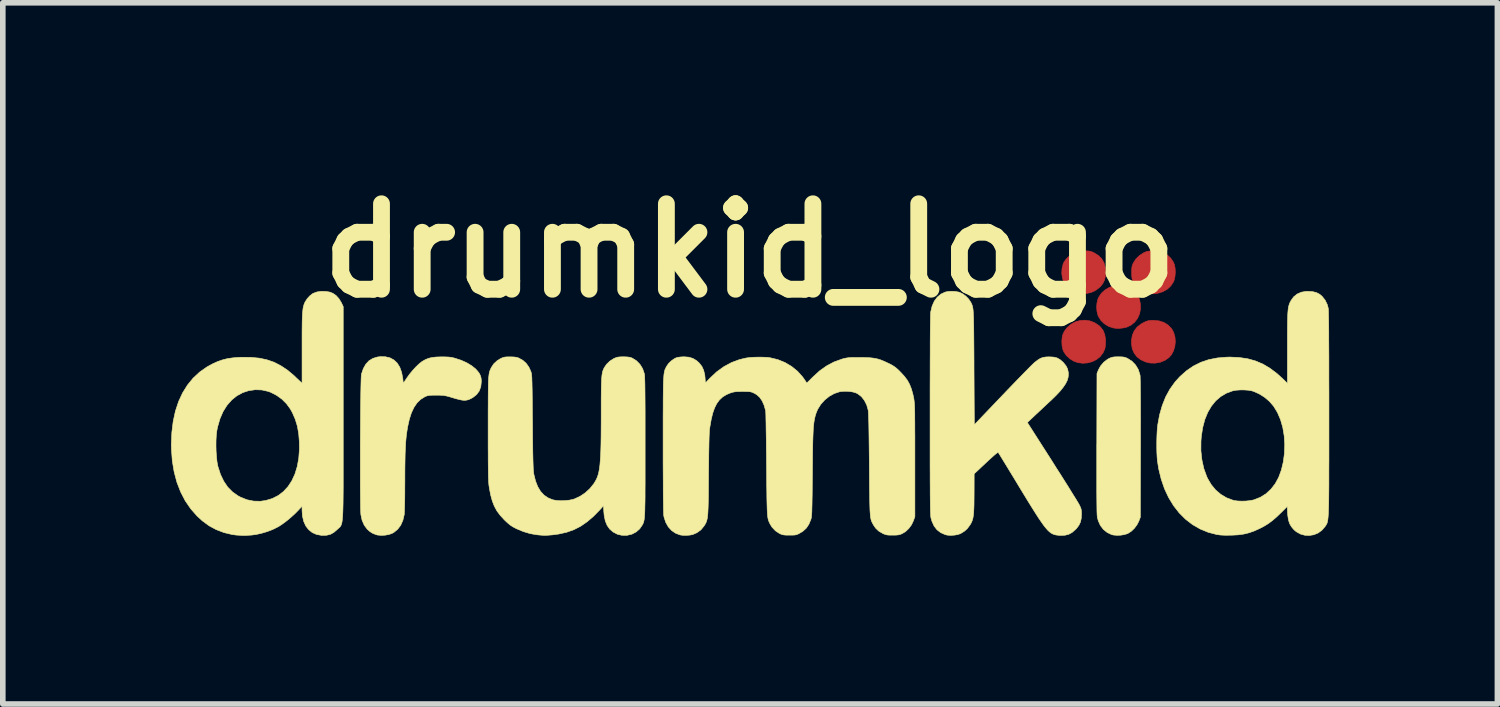
<source format=kicad_pcb>
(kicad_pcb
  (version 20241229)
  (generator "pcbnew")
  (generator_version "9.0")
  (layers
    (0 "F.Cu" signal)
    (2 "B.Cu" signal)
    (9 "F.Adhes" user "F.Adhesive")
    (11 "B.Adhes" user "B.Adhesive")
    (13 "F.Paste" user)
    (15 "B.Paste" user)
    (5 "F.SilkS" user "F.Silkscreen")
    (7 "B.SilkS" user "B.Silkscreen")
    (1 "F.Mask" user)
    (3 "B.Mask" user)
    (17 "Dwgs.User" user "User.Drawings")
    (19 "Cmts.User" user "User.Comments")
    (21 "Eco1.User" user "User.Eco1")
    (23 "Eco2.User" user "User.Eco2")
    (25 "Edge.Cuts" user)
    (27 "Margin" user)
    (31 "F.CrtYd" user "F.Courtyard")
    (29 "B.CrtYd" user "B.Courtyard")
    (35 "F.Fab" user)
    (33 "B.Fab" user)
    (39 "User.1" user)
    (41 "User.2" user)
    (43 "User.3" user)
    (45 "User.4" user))
  (footprint "drumkid_logo"
    (layer "F.Cu")
    (at 10.32 3.958)
    (property "Reference" "drumkid_logo" (at 0 -2.54 0) (layer "F.SilkS") (effects (font (size 1.524 1.524) (thickness 0.3))))
    (attr through_hole)
    (fp_poly (pts (xy 6.67 -1.909) (xy 6.699 -1.901) (xy 6.787 -1.864) (xy 6.858 -1.813) (xy 6.912 -1.749) (xy 6.948 -1.671) (xy 6.965 -1.582) (xy 6.966 -1.499) (xy 6.949 -1.411) (xy 6.914 -1.332) (xy 6.862 -1.264) (xy 6.795 -1.21) (xy 6.725 -1.176) (xy 6.669 -1.162) (xy 6.602 -1.154) (xy 6.536 -1.154) (xy 6.483 -1.16) (xy 6.398 -1.188) (xy 6.324 -1.233) (xy 6.262 -1.292) (xy 6.217 -1.363) (xy 6.207 -1.387) (xy 6.19 -1.455) (xy 6.184 -1.531) (xy 6.19 -1.608) (xy 6.207 -1.677) (xy 6.22 -1.707) (xy 6.269 -1.78) (xy 6.334 -1.839) (xy 6.409 -1.883) (xy 6.493 -1.91) (xy 6.581 -1.919) (xy 6.67 -1.909)) (stroke (width 0.01) (type solid)) (fill yes) (layer "F.Cu"))
    (fp_poly (pts (xy 7.2 -1.296) (xy 7.299 -1.286) (xy 7.385 -1.258) (xy 7.458 -1.212) (xy 7.519 -1.15) (xy 7.522 -1.146) (xy 7.559 -1.076) (xy 7.581 -0.997) (xy 7.587 -0.913) (xy 7.578 -0.83) (xy 7.554 -0.751) (xy 7.516 -0.681) (xy 7.475 -0.635) (xy 7.402 -0.583) (xy 7.318 -0.549) (xy 7.229 -0.533) (xy 7.137 -0.535) (xy 7.055 -0.555) (xy 6.969 -0.595) (xy 6.901 -0.648) (xy 6.851 -0.714) (xy 6.818 -0.792) (xy 6.805 -0.883) (xy 6.805 -0.939) (xy 6.82 -1.029) (xy 6.854 -1.109) (xy 6.907 -1.177) (xy 6.979 -1.233) (xy 7.032 -1.262) (xy 7.073 -1.28) (xy 7.107 -1.29) (xy 7.143 -1.295) (xy 7.19 -1.296) (xy 7.2 -1.296)) (stroke (width 0.01) (type solid)) (fill yes) (layer "F.Cu"))
    (fp_poly (pts (xy 6.065 -1.286) (xy 6.148 -1.254) (xy 6.225 -1.203) (xy 6.25 -1.18) (xy 6.298 -1.119) (xy 6.328 -1.046) (xy 6.342 -0.96) (xy 6.344 -0.928) (xy 6.342 -0.878) (xy 6.338 -0.83) (xy 6.332 -0.794) (xy 6.331 -0.789) (xy 6.297 -0.714) (xy 6.247 -0.65) (xy 6.183 -0.598) (xy 6.107 -0.56) (xy 6.024 -0.537) (xy 5.936 -0.531) (xy 5.85 -0.542) (xy 5.775 -0.569) (xy 5.705 -0.612) (xy 5.646 -0.667) (xy 5.601 -0.73) (xy 5.582 -0.774) (xy 5.567 -0.844) (xy 5.563 -0.922) (xy 5.57 -0.999) (xy 5.582 -1.046) (xy 5.609 -1.103) (xy 5.652 -1.16) (xy 5.656 -1.165) (xy 5.726 -1.226) (xy 5.805 -1.269) (xy 5.89 -1.293) (xy 5.977 -1.299) (xy 6.065 -1.286)) (stroke (width 0.01) (type solid)) (fill yes) (layer "F.Cu"))
    (fp_poly (pts (xy 6.011 -2.534) (xy 6.049 -2.531) (xy 6.08 -2.525) (xy 6.109 -2.514) (xy 6.135 -2.502) (xy 6.213 -2.454) (xy 6.272 -2.397) (xy 6.313 -2.328) (xy 6.337 -2.246) (xy 6.344 -2.159) (xy 6.339 -2.077) (xy 6.323 -2.01) (xy 6.294 -1.952) (xy 6.249 -1.896) (xy 6.24 -1.888) (xy 6.168 -1.831) (xy 6.086 -1.793) (xy 5.996 -1.774) (xy 5.9 -1.776) (xy 5.878 -1.779) (xy 5.8 -1.801) (xy 5.728 -1.837) (xy 5.665 -1.885) (xy 5.617 -1.941) (xy 5.601 -1.97) (xy 5.574 -2.05) (xy 5.562 -2.136) (xy 5.567 -2.222) (xy 5.587 -2.302) (xy 5.601 -2.333) (xy 5.635 -2.383) (xy 5.684 -2.433) (xy 5.742 -2.478) (xy 5.784 -2.502) (xy 5.816 -2.517) (xy 5.844 -2.527) (xy 5.875 -2.532) (xy 5.916 -2.534) (xy 5.958 -2.534) (xy 6.011 -2.534)) (stroke (width 0.01) (type solid)) (fill yes) (layer "F.Cu"))
    (fp_poly (pts (xy 7.253 -2.534) (xy 7.292 -2.53) (xy 7.325 -2.523) (xy 7.358 -2.51) (xy 7.375 -2.502) (xy 7.446 -2.46) (xy 7.506 -2.403) (xy 7.55 -2.338) (xy 7.57 -2.292) (xy 7.583 -2.227) (xy 7.587 -2.153) (xy 7.581 -2.079) (xy 7.566 -2.013) (xy 7.554 -1.983) (xy 7.507 -1.911) (xy 7.444 -1.852) (xy 7.366 -1.807) (xy 7.278 -1.78) (xy 7.272 -1.779) (xy 7.233 -1.772) (xy 7.204 -1.769) (xy 7.176 -1.77) (xy 7.141 -1.775) (xy 7.119 -1.779) (xy 7.035 -1.803) (xy 6.959 -1.844) (xy 6.894 -1.9) (xy 6.844 -1.967) (xy 6.836 -1.983) (xy 6.823 -2.013) (xy 6.815 -2.042) (xy 6.811 -2.079) (xy 6.809 -2.128) (xy 6.809 -2.148) (xy 6.809 -2.201) (xy 6.812 -2.24) (xy 6.818 -2.27) (xy 6.828 -2.298) (xy 6.839 -2.321) (xy 6.885 -2.391) (xy 6.947 -2.452) (xy 7.022 -2.5) (xy 7.033 -2.505) (xy 7.067 -2.52) (xy 7.098 -2.528) (xy 7.134 -2.533) (xy 7.183 -2.534) (xy 7.2 -2.534) (xy 7.253 -2.534)) (stroke (width 0.01) (type solid)) (fill yes) (layer "F.Cu"))
    (fp_poly (pts (xy 6.67 -1.909) (xy 6.699 -1.901) (xy 6.787 -1.864) (xy 6.858 -1.813) (xy 6.912 -1.749) (xy 6.948 -1.671) (xy 6.965 -1.582) (xy 6.966 -1.499) (xy 6.949 -1.411) (xy 6.914 -1.332) (xy 6.862 -1.264) (xy 6.795 -1.21) (xy 6.725 -1.176) (xy 6.669 -1.162) (xy 6.602 -1.154) (xy 6.536 -1.154) (xy 6.483 -1.16) (xy 6.398 -1.188) (xy 6.324 -1.233) (xy 6.262 -1.292) (xy 6.217 -1.363) (xy 6.207 -1.387) (xy 6.19 -1.455) (xy 6.184 -1.531) (xy 6.19 -1.608) (xy 6.207 -1.677) (xy 6.22 -1.707) (xy 6.269 -1.78) (xy 6.334 -1.839) (xy 6.409 -1.883) (xy 6.493 -1.91) (xy 6.581 -1.919) (xy 6.67 -1.909)) (stroke (width 0.01) (type solid)) (fill yes) (layer "F.Mask"))
    (fp_poly (pts (xy 7.2 -1.296) (xy 7.299 -1.286) (xy 7.385 -1.258) (xy 7.458 -1.212) (xy 7.519 -1.15) (xy 7.522 -1.146) (xy 7.559 -1.076) (xy 7.581 -0.997) (xy 7.587 -0.913) (xy 7.578 -0.83) (xy 7.554 -0.751) (xy 7.516 -0.681) (xy 7.475 -0.635) (xy 7.402 -0.583) (xy 7.318 -0.549) (xy 7.229 -0.533) (xy 7.137 -0.535) (xy 7.055 -0.555) (xy 6.969 -0.595) (xy 6.901 -0.648) (xy 6.851 -0.714) (xy 6.818 -0.792) (xy 6.805 -0.883) (xy 6.805 -0.939) (xy 6.82 -1.029) (xy 6.854 -1.109) (xy 6.907 -1.177) (xy 6.979 -1.233) (xy 7.032 -1.262) (xy 7.073 -1.28) (xy 7.107 -1.29) (xy 7.143 -1.295) (xy 7.19 -1.296) (xy 7.2 -1.296)) (stroke (width 0.01) (type solid)) (fill yes) (layer "F.Mask"))
    (fp_poly (pts (xy 6.065 -1.286) (xy 6.148 -1.254) (xy 6.225 -1.203) (xy 6.25 -1.18) (xy 6.298 -1.119) (xy 6.328 -1.046) (xy 6.342 -0.96) (xy 6.344 -0.928) (xy 6.342 -0.878) (xy 6.338 -0.83) (xy 6.332 -0.794) (xy 6.331 -0.789) (xy 6.297 -0.714) (xy 6.247 -0.65) (xy 6.183 -0.598) (xy 6.107 -0.56) (xy 6.024 -0.537) (xy 5.936 -0.531) (xy 5.85 -0.542) (xy 5.775 -0.569) (xy 5.705 -0.612) (xy 5.646 -0.667) (xy 5.601 -0.73) (xy 5.582 -0.774) (xy 5.567 -0.844) (xy 5.563 -0.922) (xy 5.57 -0.999) (xy 5.582 -1.046) (xy 5.609 -1.103) (xy 5.652 -1.16) (xy 5.656 -1.165) (xy 5.726 -1.226) (xy 5.805 -1.269) (xy 5.89 -1.293) (xy 5.977 -1.299) (xy 6.065 -1.286)) (stroke (width 0.01) (type solid)) (fill yes) (layer "F.Mask"))
    (fp_poly (pts (xy 6.011 -2.534) (xy 6.049 -2.531) (xy 6.08 -2.525) (xy 6.109 -2.514) (xy 6.135 -2.502) (xy 6.213 -2.454) (xy 6.272 -2.397) (xy 6.313 -2.328) (xy 6.337 -2.246) (xy 6.344 -2.159) (xy 6.339 -2.077) (xy 6.323 -2.01) (xy 6.294 -1.952) (xy 6.249 -1.896) (xy 6.24 -1.888) (xy 6.168 -1.831) (xy 6.086 -1.793) (xy 5.996 -1.774) (xy 5.9 -1.776) (xy 5.878 -1.779) (xy 5.8 -1.801) (xy 5.728 -1.837) (xy 5.665 -1.885) (xy 5.617 -1.941) (xy 5.601 -1.97) (xy 5.574 -2.05) (xy 5.562 -2.136) (xy 5.567 -2.222) (xy 5.587 -2.302) (xy 5.601 -2.333) (xy 5.635 -2.383) (xy 5.684 -2.433) (xy 5.742 -2.478) (xy 5.784 -2.502) (xy 5.816 -2.517) (xy 5.844 -2.527) (xy 5.875 -2.532) (xy 5.916 -2.534) (xy 5.958 -2.534) (xy 6.011 -2.534)) (stroke (width 0.01) (type solid)) (fill yes) (layer "F.Mask"))
    (fp_poly (pts (xy 7.253 -2.534) (xy 7.292 -2.53) (xy 7.325 -2.523) (xy 7.358 -2.51) (xy 7.375 -2.502) (xy 7.446 -2.46) (xy 7.506 -2.403) (xy 7.55 -2.338) (xy 7.57 -2.292) (xy 7.583 -2.227) (xy 7.587 -2.153) (xy 7.581 -2.079) (xy 7.566 -2.013) (xy 7.554 -1.983) (xy 7.507 -1.911) (xy 7.444 -1.852) (xy 7.366 -1.807) (xy 7.278 -1.78) (xy 7.272 -1.779) (xy 7.233 -1.772) (xy 7.204 -1.769) (xy 7.176 -1.77) (xy 7.141 -1.775) (xy 7.119 -1.779) (xy 7.035 -1.803) (xy 6.959 -1.844) (xy 6.894 -1.9) (xy 6.844 -1.967) (xy 6.836 -1.983) (xy 6.823 -2.013) (xy 6.815 -2.042) (xy 6.811 -2.079) (xy 6.809 -2.128) (xy 6.809 -2.148) (xy 6.809 -2.201) (xy 6.812 -2.24) (xy 6.818 -2.27) (xy 6.828 -2.298) (xy 6.839 -2.321) (xy 6.885 -2.391) (xy 6.947 -2.452) (xy 7.022 -2.5) (xy 7.033 -2.505) (xy 7.067 -2.52) (xy 7.098 -2.528) (xy 7.134 -2.533) (xy 7.183 -2.534) (xy 7.2 -2.534) (xy 7.253 -2.534)) (stroke (width 0.01) (type solid)) (fill yes) (layer "F.Mask"))
    (fp_poly (pts (xy 6.624 -0.645) (xy 6.662 -0.642) (xy 6.693 -0.635) (xy 6.723 -0.623) (xy 6.737 -0.616) (xy 6.815 -0.566) (xy 6.878 -0.5) (xy 6.926 -0.421) (xy 6.955 -0.33) (xy 6.958 -0.319) (xy 6.96 -0.296) (xy 6.961 -0.251) (xy 6.963 -0.185) (xy 6.964 -0.096) (xy 6.965 0.014) (xy 6.966 0.145) (xy 6.966 0.298) (xy 6.967 0.472) (xy 6.966 0.668) (xy 6.966 0.884) (xy 6.966 0.979) (xy 6.963 2.214) (xy 6.937 2.284) (xy 6.903 2.35) (xy 6.856 2.413) (xy 6.8 2.466) (xy 6.741 2.504) (xy 6.734 2.507) (xy 6.679 2.524) (xy 6.613 2.535) (xy 6.545 2.537) (xy 6.483 2.532) (xy 6.453 2.525) (xy 6.373 2.487) (xy 6.305 2.433) (xy 6.251 2.362) (xy 6.213 2.278) (xy 6.196 2.214) (xy 6.194 2.195) (xy 6.192 2.163) (xy 6.19 2.117) (xy 6.189 2.055) (xy 6.188 1.978) (xy 6.187 1.883) (xy 6.186 1.772) (xy 6.186 1.642) (xy 6.186 1.493) (xy 6.186 1.324) (xy 6.186 1.135) (xy 6.186 0.924) (xy 6.187 0.9) (xy 6.19 -0.348) (xy 6.215 -0.411) (xy 6.254 -0.482) (xy 6.309 -0.547) (xy 6.373 -0.598) (xy 6.403 -0.615) (xy 6.436 -0.63) (xy 6.466 -0.639) (xy 6.5 -0.644) (xy 6.545 -0.646) (xy 6.571 -0.646) (xy 6.624 -0.645)) (stroke (width 0.01) (type solid)) (fill yes) (layer "F.SilkS"))
    (fp_poly (pts (xy -6.5 -0.647) (xy -6.417 -0.628) (xy -6.347 -0.59) (xy -6.288 -0.535) (xy -6.242 -0.461) (xy -6.209 -0.369) (xy -6.188 -0.26) (xy -6.187 -0.25) (xy -6.179 -0.173) (xy -6.115 -0.269) (xy -6.066 -0.337) (xy -6.01 -0.405) (xy -5.952 -0.468) (xy -5.896 -0.521) (xy -5.847 -0.56) (xy -5.841 -0.564) (xy -5.785 -0.596) (xy -5.728 -0.619) (xy -5.665 -0.634) (xy -5.592 -0.642) (xy -5.502 -0.645) (xy -5.5 -0.645) (xy -5.43 -0.644) (xy -5.376 -0.642) (xy -5.33 -0.637) (xy -5.286 -0.628) (xy -5.257 -0.62) (xy -5.146 -0.584) (xy -5.046 -0.539) (xy -4.959 -0.486) (xy -4.887 -0.428) (xy -4.834 -0.366) (xy -4.817 -0.338) (xy -4.801 -0.302) (xy -4.792 -0.267) (xy -4.788 -0.224) (xy -4.788 -0.199) (xy -4.797 -0.112) (xy -4.825 -0.036) (xy -4.872 0.027) (xy -4.937 0.079) (xy -4.972 0.099) (xy -5.01 0.116) (xy -5.045 0.126) (xy -5.081 0.13) (xy -5.123 0.128) (xy -5.174 0.118) (xy -5.24 0.101) (xy -5.291 0.086) (xy -5.354 0.067) (xy -5.403 0.054) (xy -5.443 0.046) (xy -5.482 0.041) (xy -5.525 0.039) (xy -5.579 0.039) (xy -5.594 0.039) (xy -5.654 0.039) (xy -5.697 0.04) (xy -5.729 0.044) (xy -5.754 0.05) (xy -5.779 0.059) (xy -5.799 0.069) (xy -5.872 0.115) (xy -5.934 0.176) (xy -5.988 0.255) (xy -6.034 0.352) (xy -6.071 0.467) (xy -6.101 0.602) (xy -6.106 0.631) (xy -6.116 0.696) (xy -6.125 0.762) (xy -6.132 0.831) (xy -6.138 0.907) (xy -6.142 0.99) (xy -6.146 1.085) (xy -6.148 1.192) (xy -6.15 1.315) (xy -6.151 1.455) (xy -6.151 1.585) (xy -6.152 1.692) (xy -6.152 1.794) (xy -6.153 1.889) (xy -6.155 1.975) (xy -6.157 2.049) (xy -6.159 2.107) (xy -6.161 2.149) (xy -6.162 2.166) (xy -6.186 2.269) (xy -6.225 2.357) (xy -6.278 2.428) (xy -6.346 2.484) (xy -6.38 2.503) (xy -6.437 2.523) (xy -6.506 2.535) (xy -6.576 2.538) (xy -6.64 2.532) (xy -6.665 2.525) (xy -6.726 2.501) (xy -6.775 2.47) (xy -6.822 2.428) (xy -6.875 2.357) (xy -6.913 2.271) (xy -6.935 2.17) (xy -6.937 2.143) (xy -6.939 2.097) (xy -6.941 2.033) (xy -6.942 1.952) (xy -6.943 1.857) (xy -6.944 1.749) (xy -6.945 1.631) (xy -6.945 1.503) (xy -6.945 1.368) (xy -6.945 1.228) (xy -6.945 1.084) (xy -6.945 0.937) (xy -6.944 0.791) (xy -6.943 0.646) (xy -6.942 0.504) (xy -6.941 0.368) (xy -6.94 0.238) (xy -6.938 0.117) (xy -6.937 0.007) (xy -6.935 -0.092) (xy -6.933 -0.176) (xy -6.931 -0.245) (xy -6.929 -0.296) (xy -6.926 -0.328) (xy -6.925 -0.337) (xy -6.892 -0.435) (xy -6.848 -0.513) (xy -6.792 -0.574) (xy -6.723 -0.617) (xy -6.642 -0.642) (xy -6.595 -0.648) (xy -6.5 -0.647)) (stroke (width 0.01) (type solid)) (fill yes) (layer "F.SilkS"))
    (fp_poly (pts (xy -7.565 -1.812) (xy -7.49 -1.8) (xy -7.434 -1.778) (xy -7.378 -1.739) (xy -7.327 -1.683) (xy -7.285 -1.615) (xy -7.281 -1.607) (xy -7.25 -1.541) (xy -7.25 0.353) (xy -7.25 0.599) (xy -7.25 0.823) (xy -7.25 1.027) (xy -7.25 1.212) (xy -7.25 1.378) (xy -7.25 1.528) (xy -7.25 1.661) (xy -7.251 1.78) (xy -7.252 1.884) (xy -7.253 1.975) (xy -7.255 2.053) (xy -7.257 2.121) (xy -7.26 2.178) (xy -7.264 2.226) (xy -7.267 2.266) (xy -7.272 2.299) (xy -7.277 2.325) (xy -7.284 2.346) (xy -7.291 2.363) (xy -7.298 2.376) (xy -7.307 2.387) (xy -7.317 2.397) (xy -7.328 2.407) (xy -7.34 2.417) (xy -7.353 2.429) (xy -7.36 2.436) (xy -7.42 2.487) (xy -7.48 2.52) (xy -7.547 2.536) (xy -7.626 2.538) (xy -7.636 2.538) (xy -7.725 2.522) (xy -7.802 2.488) (xy -7.866 2.437) (xy -7.918 2.37) (xy -7.955 2.288) (xy -7.977 2.192) (xy -7.984 2.094) (xy -7.984 2.018) (xy -8.052 2.091) (xy -8.114 2.154) (xy -8.186 2.219) (xy -8.262 2.282) (xy -8.336 2.337) (xy -8.403 2.381) (xy -8.409 2.384) (xy -8.498 2.429) (xy -8.6 2.469) (xy -8.708 2.501) (xy -8.806 2.523) (xy -8.885 2.533) (xy -8.975 2.538) (xy -9.068 2.538) (xy -9.156 2.533) (xy -9.227 2.524) (xy -9.377 2.488) (xy -9.514 2.436) (xy -9.642 2.367) (xy -9.762 2.279) (xy -9.857 2.192) (xy -9.97 2.063) (xy -10.068 1.92) (xy -10.15 1.761) (xy -10.216 1.59) (xy -10.265 1.405) (xy -10.298 1.208) (xy -10.313 1) (xy -10.314 0.936) (xy -9.519 0.936) (xy -9.517 1.036) (xy -9.51 1.133) (xy -9.501 1.222) (xy -9.488 1.296) (xy -9.483 1.314) (xy -9.438 1.453) (xy -9.38 1.573) (xy -9.31 1.677) (xy -9.225 1.763) (xy -9.128 1.832) (xy -9.083 1.856) (xy -8.967 1.903) (xy -8.848 1.927) (xy -8.728 1.93) (xy -8.631 1.916) (xy -8.514 1.881) (xy -8.408 1.827) (xy -8.315 1.756) (xy -8.234 1.668) (xy -8.166 1.564) (xy -8.111 1.445) (xy -8.07 1.311) (xy -8.043 1.164) (xy -8.031 1.004) (xy -8.032 0.874) (xy -8.044 0.724) (xy -8.068 0.59) (xy -8.106 0.466) (xy -8.157 0.349) (xy -8.196 0.28) (xy -8.262 0.19) (xy -8.344 0.109) (xy -8.438 0.041) (xy -8.539 -0.011) (xy -8.586 -0.029) (xy -8.702 -0.055) (xy -8.819 -0.059) (xy -8.933 -0.043) (xy -9.043 -0.007) (xy -9.146 0.049) (xy -9.236 0.121) (xy -9.321 0.217) (xy -9.391 0.328) (xy -9.447 0.456) (xy -9.489 0.6) (xy -9.504 0.674) (xy -9.513 0.749) (xy -9.518 0.838) (xy -9.519 0.936) (xy -10.314 0.936) (xy -10.315 0.913) (xy -10.306 0.702) (xy -10.282 0.506) (xy -10.242 0.322) (xy -10.186 0.153) (xy -10.115 -0.001) (xy -10.028 -0.141) (xy -9.927 -0.265) (xy -9.81 -0.374) (xy -9.679 -0.466) (xy -9.58 -0.52) (xy -9.49 -0.561) (xy -9.403 -0.591) (xy -9.316 -0.613) (xy -9.22 -0.627) (xy -9.111 -0.636) (xy -9.061 -0.638) (xy -8.896 -0.636) (xy -8.747 -0.622) (xy -8.611 -0.593) (xy -8.483 -0.549) (xy -8.363 -0.487) (xy -8.245 -0.409) (xy -8.128 -0.311) (xy -8.093 -0.277) (xy -7.984 -0.174) (xy -7.984 -0.793) (xy -7.984 -0.938) (xy -7.984 -1.064) (xy -7.983 -1.171) (xy -7.982 -1.261) (xy -7.98 -1.337) (xy -7.977 -1.4) (xy -7.973 -1.452) (xy -7.968 -1.494) (xy -7.963 -1.529) (xy -7.955 -1.559) (xy -7.947 -1.585) (xy -7.937 -1.609) (xy -7.929 -1.625) (xy -7.894 -1.68) (xy -7.848 -1.731) (xy -7.799 -1.77) (xy -7.784 -1.778) (xy -7.72 -1.802) (xy -7.644 -1.813) (xy -7.565 -1.812)) (stroke (width 0.01) (type solid)) (fill yes) (layer "F.SilkS"))
    (fp_poly (pts (xy 3.661 -1.811) (xy 3.72 -1.801) (xy 3.742 -1.795) (xy 3.797 -1.768) (xy 3.852 -1.727) (xy 3.901 -1.677) (xy 3.936 -1.625) (xy 3.936 -1.625) (xy 3.946 -1.607) (xy 3.954 -1.59) (xy 3.961 -1.574) (xy 3.967 -1.556) (xy 3.972 -1.536) (xy 3.977 -1.511) (xy 3.981 -1.481) (xy 3.984 -1.444) (xy 3.986 -1.398) (xy 3.989 -1.343) (xy 3.99 -1.276) (xy 3.992 -1.197) (xy 3.993 -1.103) (xy 3.994 -0.994) (xy 3.995 -0.867) (xy 3.996 -0.723) (xy 3.997 -0.558) (xy 3.997 -0.46) (xy 4.003 0.566) (xy 4.508 0.037) (xy 4.596 -0.055) (xy 4.682 -0.144) (xy 4.763 -0.228) (xy 4.838 -0.305) (xy 4.906 -0.375) (xy 4.965 -0.435) (xy 5.014 -0.484) (xy 5.051 -0.52) (xy 5.075 -0.543) (xy 5.08 -0.547) (xy 5.135 -0.589) (xy 5.182 -0.618) (xy 5.228 -0.635) (xy 5.28 -0.643) (xy 5.34 -0.645) (xy 5.414 -0.641) (xy 5.475 -0.627) (xy 5.527 -0.599) (xy 5.577 -0.557) (xy 5.594 -0.54) (xy 5.638 -0.485) (xy 5.665 -0.432) (xy 5.678 -0.372) (xy 5.68 -0.337) (xy 5.676 -0.283) (xy 5.661 -0.228) (xy 5.632 -0.169) (xy 5.59 -0.106) (xy 5.534 -0.036) (xy 5.461 0.042) (xy 5.371 0.13) (xy 5.339 0.159) (xy 5.28 0.214) (xy 5.215 0.275) (xy 5.15 0.336) (xy 5.092 0.39) (xy 5.072 0.409) (xy 4.948 0.525) (xy 5.393 1.221) (xy 5.465 1.336) (xy 5.536 1.446) (xy 5.602 1.551) (xy 5.664 1.649) (xy 5.719 1.738) (xy 5.768 1.817) (xy 5.81 1.884) (xy 5.842 1.937) (xy 5.864 1.974) (xy 5.875 1.994) (xy 5.895 2.036) (xy 5.907 2.069) (xy 5.912 2.104) (xy 5.914 2.15) (xy 5.914 2.158) (xy 5.909 2.239) (xy 5.894 2.304) (xy 5.866 2.361) (xy 5.824 2.416) (xy 5.804 2.436) (xy 5.746 2.486) (xy 5.688 2.518) (xy 5.623 2.535) (xy 5.547 2.539) (xy 5.523 2.538) (xy 5.489 2.535) (xy 5.458 2.531) (xy 5.429 2.524) (xy 5.401 2.513) (xy 5.372 2.497) (xy 5.343 2.475) (xy 5.312 2.446) (xy 5.279 2.408) (xy 5.241 2.361) (xy 5.2 2.303) (xy 5.152 2.233) (xy 5.099 2.151) (xy 5.038 2.054) (xy 4.968 1.942) (xy 4.89 1.814) (xy 4.801 1.668) (xy 4.771 1.618) (xy 4.71 1.517) (xy 4.652 1.422) (xy 4.599 1.335) (xy 4.551 1.256) (xy 4.509 1.188) (xy 4.475 1.132) (xy 4.449 1.09) (xy 4.433 1.065) (xy 4.428 1.056) (xy 4.418 1.061) (xy 4.394 1.079) (xy 4.359 1.108) (xy 4.314 1.148) (xy 4.262 1.195) (xy 4.21 1.244) (xy 4 1.441) (xy 3.999 1.792) (xy 3.998 1.907) (xy 3.997 2.002) (xy 3.994 2.08) (xy 3.99 2.144) (xy 3.984 2.196) (xy 3.976 2.239) (xy 3.965 2.275) (xy 3.952 2.307) (xy 3.935 2.338) (xy 3.919 2.362) (xy 3.877 2.418) (xy 3.831 2.46) (xy 3.773 2.497) (xy 3.755 2.507) (xy 3.707 2.524) (xy 3.647 2.534) (xy 3.582 2.538) (xy 3.522 2.534) (xy 3.484 2.525) (xy 3.403 2.489) (xy 3.337 2.438) (xy 3.286 2.372) (xy 3.248 2.289) (xy 3.23 2.228) (xy 3.228 2.217) (xy 3.226 2.201) (xy 3.224 2.18) (xy 3.223 2.152) (xy 3.221 2.117) (xy 3.22 2.073) (xy 3.219 2.02) (xy 3.218 1.956) (xy 3.217 1.881) (xy 3.216 1.794) (xy 3.216 1.693) (xy 3.215 1.577) (xy 3.215 1.447) (xy 3.214 1.299) (xy 3.214 1.134) (xy 3.214 0.951) (xy 3.214 0.748) (xy 3.214 0.524) (xy 3.214 0.392) (xy 3.214 0.131) (xy 3.214 -0.111) (xy 3.215 -0.334) (xy 3.215 -0.538) (xy 3.216 -0.721) (xy 3.216 -0.885) (xy 3.217 -1.028) (xy 3.218 -1.151) (xy 3.22 -1.253) (xy 3.221 -1.333) (xy 3.222 -1.393) (xy 3.224 -1.431) (xy 3.225 -1.444) (xy 3.25 -1.549) (xy 3.289 -1.638) (xy 3.342 -1.709) (xy 3.407 -1.764) (xy 3.484 -1.8) (xy 3.534 -1.81) (xy 3.596 -1.814) (xy 3.661 -1.811)) (stroke (width 0.01) (type solid)) (fill yes) (layer "F.SilkS"))
    (fp_poly (pts (xy 10.034 -1.808) (xy 10.103 -1.791) (xy 10.162 -1.76) (xy 10.204 -1.724) (xy 10.258 -1.656) (xy 10.296 -1.578) (xy 10.313 -1.515) (xy 10.315 -1.499) (xy 10.317 -1.469) (xy 10.318 -1.424) (xy 10.319 -1.363) (xy 10.321 -1.286) (xy 10.322 -1.193) (xy 10.323 -1.082) (xy 10.323 -0.953) (xy 10.324 -0.806) (xy 10.325 -0.64) (xy 10.325 -0.454) (xy 10.325 -0.248) (xy 10.326 -0.022) (xy 10.326 0.226) (xy 10.326 0.36) (xy 10.326 0.601) (xy 10.326 0.821) (xy 10.326 1.021) (xy 10.326 1.202) (xy 10.325 1.365) (xy 10.325 1.511) (xy 10.325 1.641) (xy 10.324 1.756) (xy 10.323 1.857) (xy 10.322 1.945) (xy 10.32 2.021) (xy 10.318 2.086) (xy 10.316 2.142) (xy 10.313 2.188) (xy 10.31 2.226) (xy 10.306 2.258) (xy 10.302 2.283) (xy 10.297 2.304) (xy 10.292 2.321) (xy 10.286 2.335) (xy 10.279 2.347) (xy 10.272 2.359) (xy 10.264 2.371) (xy 10.256 2.382) (xy 10.2 2.447) (xy 10.132 2.496) (xy 10.057 2.527) (xy 9.977 2.54) (xy 9.896 2.536) (xy 9.817 2.514) (xy 9.744 2.473) (xy 9.701 2.436) (xy 9.657 2.384) (xy 9.625 2.328) (xy 9.604 2.263) (xy 9.592 2.184) (xy 9.588 2.135) (xy 9.583 2.022) (xy 9.475 2.13) (xy 9.394 2.208) (xy 9.32 2.272) (xy 9.248 2.326) (xy 9.172 2.373) (xy 9.094 2.414) (xy 8.995 2.459) (xy 8.901 2.492) (xy 8.807 2.515) (xy 8.706 2.529) (xy 8.59 2.535) (xy 8.581 2.535) (xy 8.476 2.536) (xy 8.392 2.532) (xy 8.33 2.524) (xy 8.175 2.484) (xy 8.029 2.424) (xy 7.894 2.346) (xy 7.769 2.25) (xy 7.656 2.137) (xy 7.556 2.009) (xy 7.468 1.865) (xy 7.394 1.707) (xy 7.335 1.535) (xy 7.29 1.351) (xy 7.267 1.204) (xy 7.262 1.141) (xy 7.258 1.062) (xy 7.257 1.029) (xy 8.043 1.029) (xy 8.061 1.193) (xy 8.095 1.347) (xy 8.147 1.489) (xy 8.162 1.523) (xy 8.227 1.633) (xy 8.306 1.729) (xy 8.398 1.807) (xy 8.5 1.868) (xy 8.612 1.91) (xy 8.638 1.917) (xy 8.698 1.925) (xy 8.771 1.928) (xy 8.848 1.926) (xy 8.922 1.918) (xy 8.983 1.906) (xy 8.989 1.904) (xy 9.103 1.859) (xy 9.204 1.796) (xy 9.292 1.715) (xy 9.368 1.617) (xy 9.43 1.503) (xy 9.478 1.372) (xy 9.513 1.226) (xy 9.532 1.079) (xy 9.538 0.919) (xy 9.528 0.763) (xy 9.503 0.614) (xy 9.463 0.475) (xy 9.409 0.349) (xy 9.341 0.237) (xy 9.336 0.231) (xy 9.264 0.148) (xy 9.178 0.075) (xy 9.082 0.015) (xy 8.984 -0.029) (xy 8.95 -0.039) (xy 8.89 -0.05) (xy 8.817 -0.055) (xy 8.74 -0.055) (xy 8.668 -0.05) (xy 8.611 -0.039) (xy 8.498 0.002) (xy 8.397 0.062) (xy 8.307 0.139) (xy 8.23 0.234) (xy 8.165 0.345) (xy 8.113 0.472) (xy 8.075 0.615) (xy 8.051 0.771) (xy 8.044 0.858) (xy 8.043 1.029) (xy 7.257 1.029) (xy 7.256 0.972) (xy 7.256 0.878) (xy 7.258 0.784) (xy 7.262 0.697) (xy 7.267 0.621) (xy 7.272 0.576) (xy 7.306 0.39) (xy 7.354 0.222) (xy 7.415 0.069) (xy 7.491 -0.07) (xy 7.582 -0.197) (xy 7.669 -0.293) (xy 7.786 -0.397) (xy 7.91 -0.482) (xy 8.043 -0.548) (xy 8.185 -0.596) (xy 8.34 -0.626) (xy 8.507 -0.64) (xy 8.564 -0.641) (xy 8.728 -0.633) (xy 8.878 -0.611) (xy 9.017 -0.572) (xy 9.149 -0.516) (xy 9.275 -0.441) (xy 9.4 -0.347) (xy 9.5 -0.256) (xy 9.586 -0.173) (xy 9.586 -0.813) (xy 9.586 -0.957) (xy 9.586 -1.081) (xy 9.587 -1.186) (xy 9.588 -1.275) (xy 9.59 -1.35) (xy 9.592 -1.411) (xy 9.596 -1.462) (xy 9.6 -1.503) (xy 9.606 -1.537) (xy 9.613 -1.565) (xy 9.621 -1.59) (xy 9.631 -1.613) (xy 9.643 -1.636) (xy 9.649 -1.648) (xy 9.697 -1.715) (xy 9.759 -1.765) (xy 9.834 -1.798) (xy 9.922 -1.813) (xy 9.949 -1.813) (xy 10.034 -1.808)) (stroke (width 0.01) (type solid)) (fill yes) (layer "F.SilkS"))
    (fp_poly (pts (xy -2.196 -0.644) (xy -2.154 -0.64) (xy -2.12 -0.632) (xy -2.096 -0.622) (xy -2.022 -0.576) (xy -1.96 -0.513) (xy -1.912 -0.436) (xy -1.881 -0.345) (xy -1.879 -0.334) (xy -1.876 -0.315) (xy -1.875 -0.279) (xy -1.873 -0.227) (xy -1.871 -0.157) (xy -1.87 -0.069) (xy -1.869 0.037) (xy -1.868 0.163) (xy -1.867 0.309) (xy -1.867 0.474) (xy -1.867 0.661) (xy -1.867 0.869) (xy -1.867 0.953) (xy -1.867 1.15) (xy -1.867 1.326) (xy -1.867 1.483) (xy -1.867 1.621) (xy -1.868 1.743) (xy -1.868 1.848) (xy -1.869 1.939) (xy -1.871 2.017) (xy -1.872 2.083) (xy -1.874 2.138) (xy -1.877 2.183) (xy -1.88 2.22) (xy -1.883 2.251) (xy -1.888 2.275) (xy -1.892 2.296) (xy -1.898 2.313) (xy -1.904 2.328) (xy -1.911 2.342) (xy -1.917 2.353) (xy -1.964 2.422) (xy -2.027 2.477) (xy -2.101 2.516) (xy -2.184 2.536) (xy -2.2 2.538) (xy -2.286 2.536) (xy -2.361 2.518) (xy -2.432 2.481) (xy -2.437 2.478) (xy -2.498 2.426) (xy -2.544 2.361) (xy -2.577 2.281) (xy -2.597 2.184) (xy -2.603 2.118) (xy -2.61 2.01) (xy -2.671 2.079) (xy -2.787 2.198) (xy -2.902 2.296) (xy -3.018 2.376) (xy -3.14 2.438) (xy -3.268 2.483) (xy -3.407 2.514) (xy -3.517 2.529) (xy -3.578 2.534) (xy -3.624 2.537) (xy -3.663 2.538) (xy -3.703 2.536) (xy -3.75 2.532) (xy -3.793 2.528) (xy -3.915 2.507) (xy -4.04 2.47) (xy -4.16 2.42) (xy -4.179 2.41) (xy -4.228 2.384) (xy -4.27 2.356) (xy -4.311 2.323) (xy -4.357 2.281) (xy -4.385 2.253) (xy -4.454 2.177) (xy -4.511 2.1) (xy -4.556 2.017) (xy -4.592 1.924) (xy -4.621 1.818) (xy -4.645 1.694) (xy -4.646 1.688) (xy -4.649 1.664) (xy -4.653 1.638) (xy -4.655 1.61) (xy -4.658 1.577) (xy -4.659 1.538) (xy -4.661 1.492) (xy -4.662 1.436) (xy -4.663 1.369) (xy -4.664 1.29) (xy -4.665 1.197) (xy -4.665 1.088) (xy -4.666 0.963) (xy -4.666 0.818) (xy -4.666 0.653) (xy -4.666 0.641) (xy -4.666 0.471) (xy -4.666 0.322) (xy -4.665 0.192) (xy -4.665 0.08) (xy -4.664 -0.017) (xy -4.663 -0.098) (xy -4.662 -0.167) (xy -4.66 -0.224) (xy -4.657 -0.271) (xy -4.653 -0.309) (xy -4.649 -0.341) (xy -4.644 -0.367) (xy -4.638 -0.389) (xy -4.631 -0.408) (xy -4.623 -0.426) (xy -4.614 -0.445) (xy -4.61 -0.454) (xy -4.564 -0.523) (xy -4.501 -0.58) (xy -4.439 -0.617) (xy -4.406 -0.631) (xy -4.375 -0.64) (xy -4.339 -0.644) (xy -4.29 -0.645) (xy -4.274 -0.645) (xy -4.209 -0.643) (xy -4.161 -0.637) (xy -4.125 -0.626) (xy -4.125 -0.626) (xy -4.047 -0.583) (xy -3.986 -0.528) (xy -3.938 -0.459) (xy -3.906 -0.389) (xy -3.902 -0.377) (xy -3.898 -0.364) (xy -3.895 -0.35) (xy -3.892 -0.332) (xy -3.89 -0.308) (xy -3.887 -0.279) (xy -3.886 -0.24) (xy -3.884 -0.193) (xy -3.883 -0.133) (xy -3.881 -0.061) (xy -3.88 0.026) (xy -3.879 0.129) (xy -3.878 0.249) (xy -3.877 0.389) (xy -3.875 0.519) (xy -3.874 0.682) (xy -3.873 0.824) (xy -3.871 0.948) (xy -3.87 1.053) (xy -3.868 1.143) (xy -3.866 1.218) (xy -3.864 1.28) (xy -3.862 1.331) (xy -3.86 1.372) (xy -3.857 1.404) (xy -3.854 1.429) (xy -3.851 1.449) (xy -3.851 1.449) (xy -3.821 1.57) (xy -3.781 1.671) (xy -3.731 1.754) (xy -3.67 1.82) (xy -3.598 1.869) (xy -3.513 1.904) (xy -3.507 1.905) (xy -3.447 1.916) (xy -3.374 1.921) (xy -3.294 1.918) (xy -3.217 1.91) (xy -3.148 1.895) (xy -3.127 1.888) (xy -3.029 1.843) (xy -2.935 1.78) (xy -2.851 1.703) (xy -2.781 1.616) (xy -2.746 1.558) (xy -2.729 1.523) (xy -2.714 1.486) (xy -2.701 1.445) (xy -2.69 1.398) (xy -2.681 1.344) (xy -2.673 1.281) (xy -2.667 1.208) (xy -2.661 1.122) (xy -2.657 1.024) (xy -2.654 0.91) (xy -2.652 0.78) (xy -2.651 0.632) (xy -2.65 0.464) (xy -2.65 0.37) (xy -2.65 0.226) (xy -2.65 0.101) (xy -2.649 -0.004) (xy -2.648 -0.094) (xy -2.646 -0.168) (xy -2.643 -0.229) (xy -2.64 -0.28) (xy -2.636 -0.321) (xy -2.63 -0.355) (xy -2.624 -0.383) (xy -2.616 -0.408) (xy -2.606 -0.431) (xy -2.596 -0.452) (xy -2.554 -0.513) (xy -2.496 -0.569) (xy -2.43 -0.612) (xy -2.42 -0.617) (xy -2.386 -0.631) (xy -2.355 -0.64) (xy -2.319 -0.644) (xy -2.27 -0.646) (xy -2.253 -0.646) (xy -2.196 -0.644)) (stroke (width 0.01) (type solid)) (fill yes) (layer "F.SilkS"))
    (fp_poly (pts (xy -1.086 -0.639) (xy -1.015 -0.617) (xy -0.95 -0.578) (xy -0.903 -0.536) (xy -0.855 -0.475) (xy -0.823 -0.405) (xy -0.803 -0.321) (xy -0.798 -0.269) (xy -0.792 -0.18) (xy -0.714 -0.262) (xy -0.593 -0.376) (xy -0.463 -0.47) (xy -0.326 -0.544) (xy -0.183 -0.597) (xy -0.068 -0.624) (xy -0.003 -0.633) (xy 0.075 -0.638) (xy 0.159 -0.64) (xy 0.242 -0.639) (xy 0.316 -0.635) (xy 0.362 -0.629) (xy 0.499 -0.596) (xy 0.627 -0.544) (xy 0.745 -0.474) (xy 0.851 -0.388) (xy 0.942 -0.286) (xy 0.97 -0.246) (xy 1.016 -0.178) (xy 1.124 -0.285) (xy 1.245 -0.396) (xy 1.371 -0.485) (xy 1.501 -0.554) (xy 1.639 -0.604) (xy 1.658 -0.61) (xy 1.693 -0.619) (xy 1.726 -0.625) (xy 1.761 -0.63) (xy 1.802 -0.633) (xy 1.854 -0.634) (xy 1.921 -0.634) (xy 1.966 -0.634) (xy 2.063 -0.633) (xy 2.143 -0.629) (xy 2.212 -0.621) (xy 2.273 -0.609) (xy 2.332 -0.591) (xy 2.394 -0.566) (xy 2.464 -0.533) (xy 2.474 -0.529) (xy 2.527 -0.502) (xy 2.568 -0.477) (xy 2.605 -0.45) (xy 2.643 -0.417) (xy 2.689 -0.371) (xy 2.755 -0.299) (xy 2.808 -0.229) (xy 2.849 -0.155) (xy 2.881 -0.073) (xy 2.908 0.023) (xy 2.924 0.099) (xy 2.927 0.119) (xy 2.93 0.14) (xy 2.932 0.164) (xy 2.935 0.193) (xy 2.937 0.228) (xy 2.938 0.27) (xy 2.94 0.321) (xy 2.941 0.383) (xy 2.941 0.457) (xy 2.942 0.544) (xy 2.942 0.646) (xy 2.943 0.764) (xy 2.943 0.9) (xy 2.943 1.056) (xy 2.943 1.204) (xy 2.943 2.203) (xy 2.917 2.278) (xy 2.883 2.35) (xy 2.834 2.416) (xy 2.776 2.471) (xy 2.714 2.508) (xy 2.682 2.521) (xy 2.65 2.529) (xy 2.611 2.533) (xy 2.558 2.534) (xy 2.546 2.534) (xy 2.491 2.534) (xy 2.452 2.531) (xy 2.42 2.524) (xy 2.39 2.513) (xy 2.374 2.506) (xy 2.3 2.463) (xy 2.244 2.41) (xy 2.204 2.352) (xy 2.193 2.331) (xy 2.183 2.312) (xy 2.174 2.294) (xy 2.167 2.274) (xy 2.16 2.251) (xy 2.155 2.225) (xy 2.15 2.192) (xy 2.147 2.152) (xy 2.143 2.103) (xy 2.141 2.044) (xy 2.139 1.973) (xy 2.137 1.889) (xy 2.136 1.789) (xy 2.134 1.673) (xy 2.133 1.539) (xy 2.132 1.386) (xy 2.131 1.276) (xy 2.129 1.083) (xy 2.127 0.912) (xy 2.125 0.763) (xy 2.123 0.635) (xy 2.121 0.528) (xy 2.118 0.442) (xy 2.116 0.376) (xy 2.113 0.33) (xy 2.11 0.305) (xy 2.11 0.304) (xy 2.084 0.212) (xy 2.043 0.132) (xy 1.991 0.065) (xy 1.928 0.016) (xy 1.896 -0.001) (xy 1.84 -0.018) (xy 1.772 -0.029) (xy 1.699 -0.032) (xy 1.63 -0.028) (xy 1.602 -0.023) (xy 1.507 0.008) (xy 1.417 0.058) (xy 1.335 0.124) (xy 1.265 0.202) (xy 1.21 0.29) (xy 1.183 0.355) (xy 1.172 0.389) (xy 1.163 0.421) (xy 1.155 0.455) (xy 1.148 0.491) (xy 1.142 0.531) (xy 1.137 0.577) (xy 1.132 0.631) (xy 1.129 0.695) (xy 1.126 0.769) (xy 1.123 0.857) (xy 1.121 0.959) (xy 1.119 1.078) (xy 1.118 1.215) (xy 1.116 1.371) (xy 1.116 1.419) (xy 1.114 1.57) (xy 1.113 1.701) (xy 1.112 1.812) (xy 1.11 1.907) (xy 1.109 1.986) (xy 1.107 2.051) (xy 1.106 2.104) (xy 1.104 2.146) (xy 1.101 2.179) (xy 1.099 2.204) (xy 1.096 2.224) (xy 1.093 2.24) (xy 1.089 2.253) (xy 1.053 2.34) (xy 1.007 2.409) (xy 0.946 2.465) (xy 0.883 2.503) (xy 0.854 2.517) (xy 0.827 2.527) (xy 0.797 2.532) (xy 0.757 2.534) (xy 0.707 2.534) (xy 0.652 2.534) (xy 0.613 2.531) (xy 0.583 2.526) (xy 0.555 2.516) (xy 0.528 2.504) (xy 0.456 2.456) (xy 0.396 2.392) (xy 0.363 2.339) (xy 0.353 2.319) (xy 0.345 2.301) (xy 0.337 2.283) (xy 0.33 2.264) (xy 0.325 2.241) (xy 0.32 2.214) (xy 0.316 2.18) (xy 0.313 2.139) (xy 0.31 2.089) (xy 0.308 2.028) (xy 0.306 1.955) (xy 0.304 1.868) (xy 0.303 1.766) (xy 0.301 1.647) (xy 0.3 1.509) (xy 0.299 1.352) (xy 0.298 1.264) (xy 0.297 1.123) (xy 0.295 0.988) (xy 0.294 0.86) (xy 0.292 0.742) (xy 0.29 0.634) (xy 0.289 0.54) (xy 0.287 0.459) (xy 0.286 0.395) (xy 0.284 0.348) (xy 0.283 0.321) (xy 0.282 0.315) (xy 0.254 0.217) (xy 0.219 0.139) (xy 0.176 0.077) (xy 0.124 0.03) (xy 0.083 0.006) (xy 0.054 -0.008) (xy 0.03 -0.017) (xy 0.004 -0.023) (xy -0.028 -0.026) (xy -0.072 -0.027) (xy -0.127 -0.028) (xy -0.191 -0.027) (xy -0.24 -0.025) (xy -0.278 -0.02) (xy -0.313 -0.012) (xy -0.345 -0.002) (xy -0.421 0.03) (xy -0.486 0.071) (xy -0.542 0.123) (xy -0.589 0.187) (xy -0.629 0.266) (xy -0.662 0.36) (xy -0.689 0.473) (xy -0.712 0.605) (xy -0.718 0.646) (xy -0.721 0.675) (xy -0.723 0.724) (xy -0.726 0.792) (xy -0.728 0.878) (xy -0.73 0.978) (xy -0.732 1.092) (xy -0.733 1.219) (xy -0.735 1.355) (xy -0.736 1.447) (xy -0.737 1.6) (xy -0.738 1.733) (xy -0.739 1.847) (xy -0.741 1.944) (xy -0.743 2.026) (xy -0.746 2.094) (xy -0.749 2.151) (xy -0.754 2.197) (xy -0.759 2.235) (xy -0.766 2.266) (xy -0.774 2.293) (xy -0.784 2.316) (xy -0.795 2.337) (xy -0.808 2.358) (xy -0.817 2.372) (xy -0.873 2.44) (xy -0.944 2.491) (xy -1.02 2.524) (xy -1.075 2.534) (xy -1.14 2.538) (xy -1.204 2.536) (xy -1.244 2.53) (xy -1.325 2.499) (xy -1.395 2.451) (xy -1.454 2.386) (xy -1.499 2.306) (xy -1.529 2.215) (xy -1.535 2.184) (xy -1.537 2.161) (xy -1.538 2.116) (xy -1.54 2.05) (xy -1.541 1.964) (xy -1.543 1.858) (xy -1.544 1.733) (xy -1.544 1.589) (xy -1.545 1.428) (xy -1.546 1.249) (xy -1.546 1.053) (xy -1.546 0.917) (xy -1.546 0.722) (xy -1.546 0.548) (xy -1.546 0.393) (xy -1.545 0.257) (xy -1.545 0.138) (xy -1.544 0.034) (xy -1.543 -0.055) (xy -1.542 -0.132) (xy -1.54 -0.196) (xy -1.537 -0.25) (xy -1.534 -0.295) (xy -1.531 -0.332) (xy -1.526 -0.362) (xy -1.521 -0.387) (xy -1.516 -0.408) (xy -1.509 -0.426) (xy -1.501 -0.443) (xy -1.493 -0.459) (xy -1.483 -0.477) (xy -1.482 -0.479) (xy -1.446 -0.53) (xy -1.396 -0.577) (xy -1.341 -0.615) (xy -1.306 -0.631) (xy -1.275 -0.638) (xy -1.231 -0.643) (xy -1.181 -0.646) (xy -1.171 -0.646) (xy -1.086 -0.639)) (stroke (width 0.01) (type solid)) (fill yes) (layer "F.SilkS")))
  (gr_rect
    (start -3 -3)
    (end 23.65 9.503)
    (stroke (width 0.1) (type default))
    (fill no)
    (layer "Edge.Cuts")))
</source>
